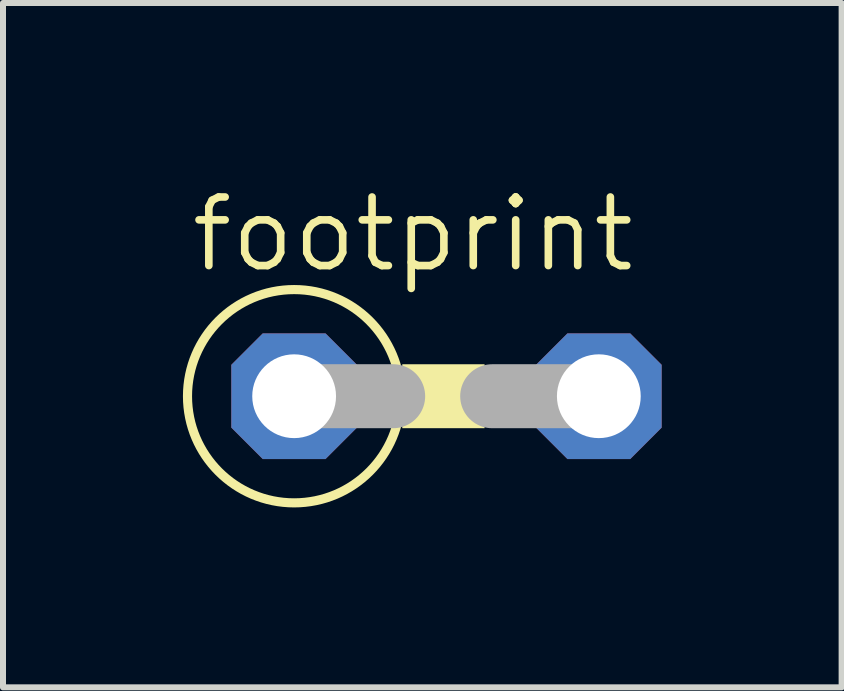
<source format=kicad_pcb>
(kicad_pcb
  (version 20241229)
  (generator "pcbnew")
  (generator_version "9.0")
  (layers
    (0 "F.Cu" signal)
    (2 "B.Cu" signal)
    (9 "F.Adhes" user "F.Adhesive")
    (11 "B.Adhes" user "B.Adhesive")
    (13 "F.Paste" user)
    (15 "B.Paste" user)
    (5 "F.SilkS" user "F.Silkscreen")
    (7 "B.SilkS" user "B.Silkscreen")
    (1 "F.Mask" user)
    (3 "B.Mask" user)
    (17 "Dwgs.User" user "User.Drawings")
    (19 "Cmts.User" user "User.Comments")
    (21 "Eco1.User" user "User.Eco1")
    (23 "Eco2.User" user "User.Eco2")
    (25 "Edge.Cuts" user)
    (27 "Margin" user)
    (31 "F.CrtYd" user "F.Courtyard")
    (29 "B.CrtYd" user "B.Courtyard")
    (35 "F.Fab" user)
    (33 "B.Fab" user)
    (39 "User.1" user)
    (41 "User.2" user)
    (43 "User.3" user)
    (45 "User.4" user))
  (footprint "footprint"
    (layer "F.Cu")
    (at 4.394 3.556)
    (property "Reference" "footprint" (at -4.318 -2.032 0) (layer "F.SilkS") (effects (font (size 1.143 1.143) (thickness 0.127)) (justify left bottom)))
    (fp_circle (center -2.54 0) (end -0.762 0) (stroke (width 0.152) (type solid)) (fill no) (layer "F.SilkS"))
    (fp_poly (pts (xy -0.737 0.533) (xy 0.635 0.533) (xy 0.635 -0.533) (xy -0.737 -0.533)) (stroke (width 0) (type solid)) (fill yes) (layer "F.SilkS"))
    (fp_line (start -2.54 0) (end -0.889 0) (stroke (width 1.067) (type solid)) (layer "F.Fab"))
    (fp_line (start 2.54 0) (end 0.762 0) (stroke (width 1.067) (type solid)) (layer "F.Fab"))
    (pad "A" thru_hole roundrect (at 2.54 0) (size 2.095 2.095) (drill 1.397) (layers "*.Cu" "*.Mask") (roundrect_rratio 0.25) (chamfer_ratio 0.25) (chamfer top_left top_right bottom_left bottom_right))
    (pad "C" thru_hole roundrect (at -2.54 0) (size 2.095 2.095) (drill 1.397) (layers "*.Cu" "*.Mask") (roundrect_rratio 0.25) (chamfer_ratio 0.25) (chamfer top_left top_right bottom_left bottom_right)))
  (gr_rect
    (start -3 -3)
    (end 10.982 8.41)
    (stroke (width 0.1) (type default))
    (fill no)
    (layer "Edge.Cuts")))
</source>
